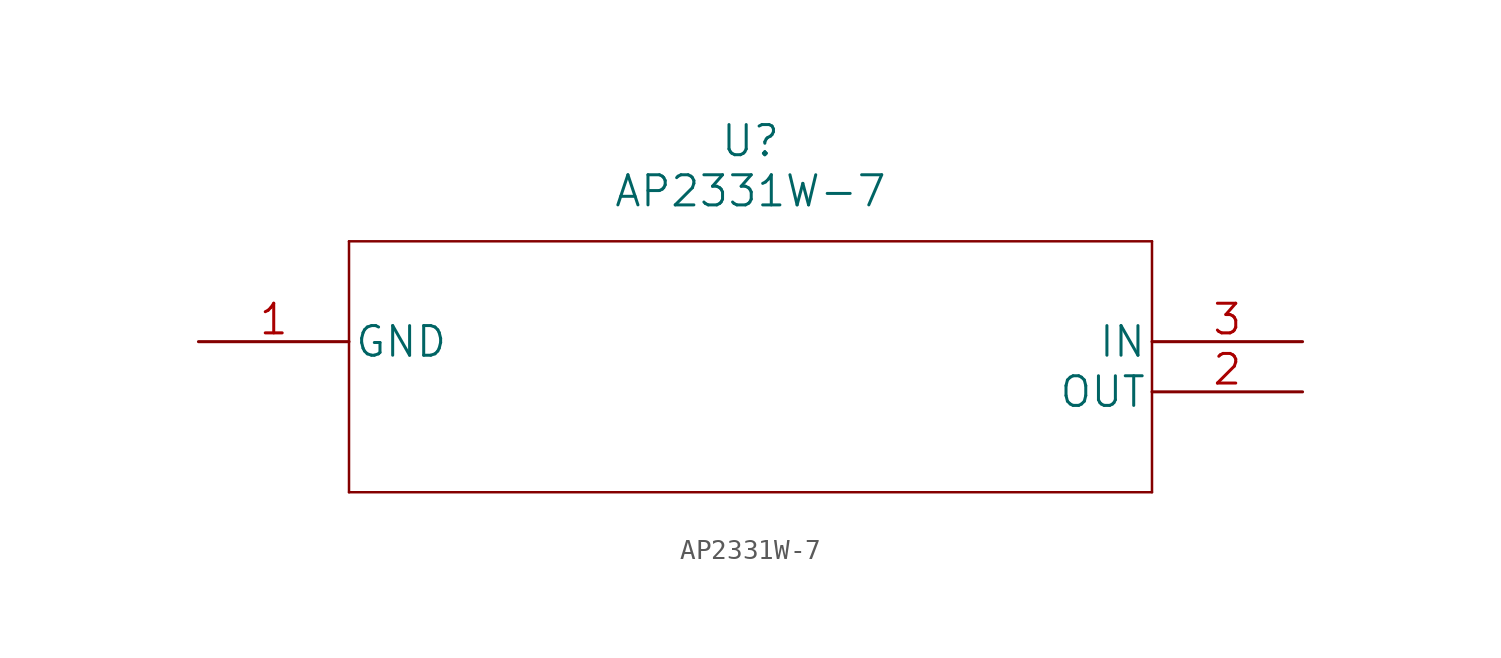
<source format=kicad_sym>
(kicad_symbol_lib
  (version 20220914)
  (generator kicad_symbol_editor)
  (symbol "AP2331W-7"
    (pin_names
      (offset 0.254))
    (property "Reference" "U"
      (at 27.94 10.16 0)
      (effects (font (size 1.524 1.524))))
    (property "Value" "AP2331W-7"
      (at 27.94 7.62 0)
      (effects (font (size 1.524 1.524))))
    (property "Datasheet" ""
      (at 0 0 0)
      (effects (font (size 1.524 1.524))))
    (property "ki_locked" ""
      (at 0 0 0)
      (effects (font (size 1.27 1.27))))
    (symbol "AP2331W-7_1_1"
      (polyline (pts (xy 7.62 -7.62) (xy 48.26 -7.62)) (stroke (width 0.127) (type solid)) (fill (type none)))
      (polyline (pts (xy 7.62 5.08) (xy 7.62 -7.62)) (stroke (width 0.127) (type solid)) (fill (type none)))
      (polyline (pts (xy 48.26 -7.62) (xy 48.26 5.08)) (stroke (width 0.127) (type solid)) (fill (type none)))
      (polyline (pts (xy 48.26 5.08) (xy 7.62 5.08)) (stroke (width 0.127) (type solid)) (fill (type none)))
      (pin power_in line (at 0 0 0) (length 7.62) (name "GND" (effects (font (size 1.499 1.499)))) (number "1" (effects (font (size 1.499 1.499)))))
      (pin output line (at 55.88 -2.54 180) (length 7.62) (name "OUT" (effects (font (size 1.499 1.499)))) (number "2" (effects (font (size 1.499 1.499)))))
      (pin input line (at 55.88 0 180) (length 7.62) (name "IN" (effects (font (size 1.499 1.499)))) (number "3" (effects (font (size 1.499 1.499))))))))
</source>
